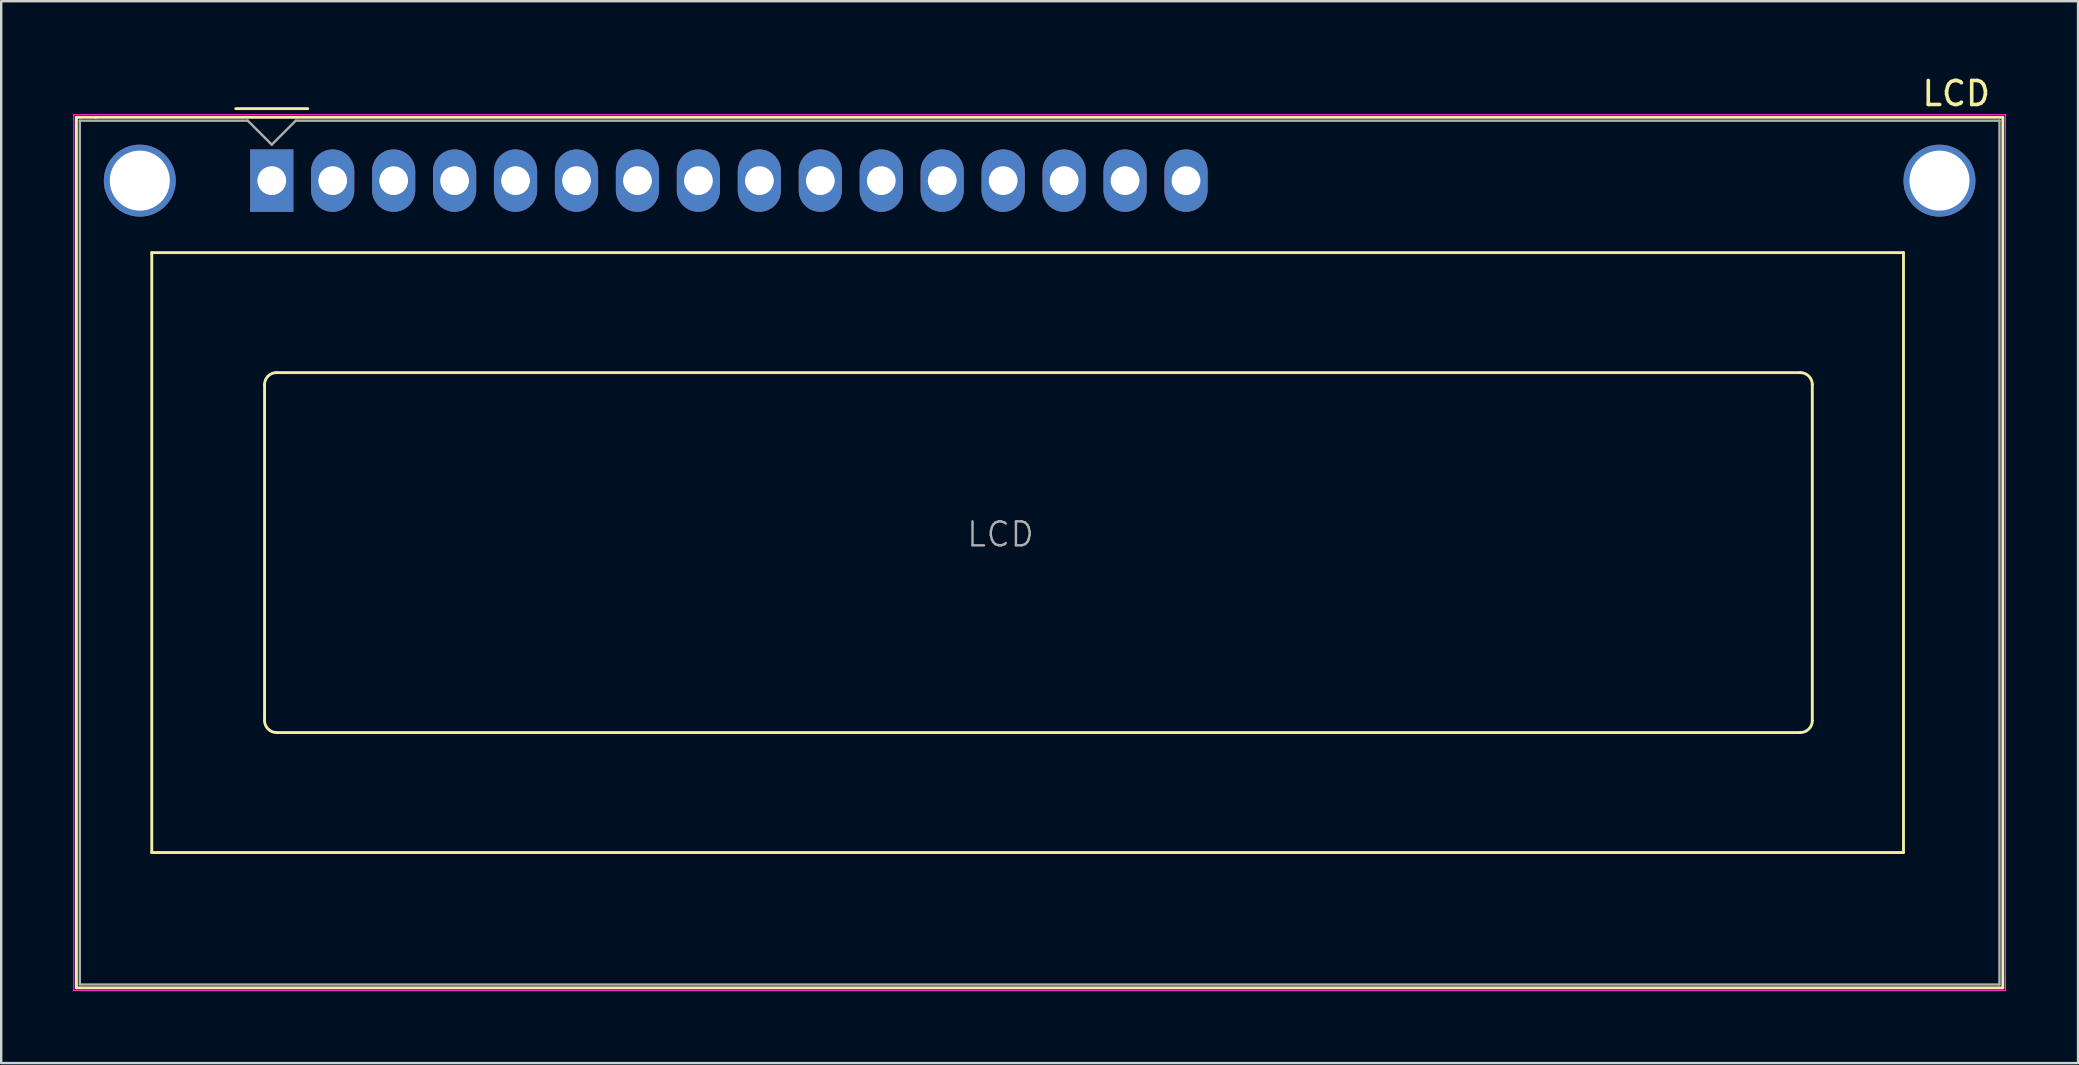
<source format=kicad_pcb>
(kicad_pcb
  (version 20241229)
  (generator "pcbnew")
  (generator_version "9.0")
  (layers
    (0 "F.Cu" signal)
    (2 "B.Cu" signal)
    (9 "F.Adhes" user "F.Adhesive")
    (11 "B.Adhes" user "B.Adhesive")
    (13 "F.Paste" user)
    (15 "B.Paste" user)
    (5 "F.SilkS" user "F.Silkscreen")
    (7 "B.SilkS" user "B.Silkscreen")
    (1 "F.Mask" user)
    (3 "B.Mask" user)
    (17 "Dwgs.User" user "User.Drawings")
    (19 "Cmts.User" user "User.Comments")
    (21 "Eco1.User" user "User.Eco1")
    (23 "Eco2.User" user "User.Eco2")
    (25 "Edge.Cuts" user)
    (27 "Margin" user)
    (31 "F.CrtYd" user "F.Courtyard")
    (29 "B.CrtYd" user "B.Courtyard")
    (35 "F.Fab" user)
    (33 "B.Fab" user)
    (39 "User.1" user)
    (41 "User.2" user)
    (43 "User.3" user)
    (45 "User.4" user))
  (footprint "LCD"
    (layer "F.Cu")
    (at 8.275 4.478)
    (property "Reference" "LCD" (at 70.2 -3.63 180) (layer "F.SilkS") (effects (font (size 1 1) (thickness 0.15))))
    (attr through_hole)
    (fp_line (start -8.14 -2.64) (end -8.14 33.64) (stroke (width 0.12) (type solid)) (layer "F.SilkS"))
    (fp_line (start -8.14 33.64) (end 72.14 33.64) (stroke (width 0.12) (type solid)) (layer "F.SilkS"))
    (fp_line (start -8.13 -2.64) (end -7.34 -2.64) (stroke (width 0.12) (type solid)) (layer "F.SilkS"))
    (fp_line (start -5 3) (end 68 3) (stroke (width 0.12) (type solid)) (layer "F.SilkS"))
    (fp_line (start -5 28) (end -5 3) (stroke (width 0.12) (type solid)) (layer "F.SilkS"))
    (fp_line (start -1.5 -3) (end 1.5 -3) (stroke (width 0.12) (type solid)) (layer "F.SilkS"))
    (fp_line (start -0.3 22.499) (end -0.3 8.5) (stroke (width 0.12) (type solid)) (layer "F.SilkS"))
    (fp_line (start 0.2 8) (end 63.7 8) (stroke (width 0.12) (type solid)) (layer "F.SilkS"))
    (fp_line (start 63.701 23) (end 0.2 23) (stroke (width 0.12) (type solid)) (layer "F.SilkS"))
    (fp_line (start 64.2 8.5) (end 64.2 22.5) (stroke (width 0.12) (type solid)) (layer "F.SilkS"))
    (fp_line (start 68 3) (end 68 28) (stroke (width 0.12) (type solid)) (layer "F.SilkS"))
    (fp_line (start 68 28) (end -5 28) (stroke (width 0.12) (type solid)) (layer "F.SilkS"))
    (fp_line (start 72.14 -2.64) (end -7.34 -2.64) (stroke (width 0.12) (type solid)) (layer "F.SilkS"))
    (fp_line (start 72.14 33.64) (end 72.14 -2.64) (stroke (width 0.12) (type solid)) (layer "F.SilkS"))
    (fp_arc (start -0.29972 8.49884) (mid -0.153162 8.145018) (end 0.20066 7.99846) (stroke (width 0.12) (type solid)) (layer "F.SilkS"))
    (fp_arc (start 0.20066 22.9997) (mid -0.153162 22.853142) (end -0.29972 22.49932) (stroke (width 0.12) (type solid)) (layer "F.SilkS"))
    (fp_arc (start 63.7 8) (mid 64.053553 8.146447) (end 64.2 8.5) (stroke (width 0.12) (type solid)) (layer "F.SilkS"))
    (fp_arc (start 64.20104 22.49932) (mid 64.054482 22.853142) (end 63.70066 22.9997) (stroke (width 0.12) (type solid)) (layer "F.SilkS"))
    (fp_line (start -8.25 -2.75) (end -8.25 33.75) (stroke (width 0.05) (type solid)) (layer "F.CrtYd"))
    (fp_line (start -8.25 -2.75) (end 72.25 -2.75) (stroke (width 0.05) (type solid)) (layer "F.CrtYd"))
    (fp_line (start -8.25 33.75) (end 72.25 33.75) (stroke (width 0.05) (type solid)) (layer "F.CrtYd"))
    (fp_line (start 72.25 -2.75) (end 72.25 33.75) (stroke (width 0.05) (type solid)) (layer "F.CrtYd"))
    (fp_line (start -8 33.5) (end -8 -2.5) (stroke (width 0.1) (type solid)) (layer "F.Fab"))
    (fp_line (start -1 -2.5) (end -8 -2.5) (stroke (width 0.1) (type solid)) (layer "F.Fab"))
    (fp_line (start 0 -1.5) (end -1 -2.5) (stroke (width 0.1) (type solid)) (layer "F.Fab"))
    (fp_line (start 1 -2.5) (end 0 -1.5) (stroke (width 0.1) (type solid)) (layer "F.Fab"))
    (fp_line (start 1 -2.5) (end 72 -2.5) (stroke (width 0.1) (type solid)) (layer "F.Fab"))
    (fp_line (start 72 -2.5) (end 72 33.5) (stroke (width 0.1) (type solid)) (layer "F.Fab"))
    (fp_line (start 72 33.5) (end -8 33.5) (stroke (width 0.1) (type solid)) (layer "F.Fab"))
    (fp_text user "${REFERENCE}" (at 30.37 14.74 180) (layer "F.Fab") (effects (font (size 1 1) (thickness 0.1))))
    (pad "" thru_hole circle (at -5.499 0) (size 3 3) (drill 2.5) (layers "*.Cu" "*.Mask"))
    (pad "" thru_hole circle (at 69.5 0) (size 3 3) (drill 2.5) (layers "*.Cu" "*.Mask"))
    (pad "1" thru_hole rect (at 0 0) (size 1.8 2.6) (drill 1.2) (layers "*.Cu" "*.Mask"))
    (pad "2" thru_hole oval (at 2.54 0) (size 1.8 2.6) (drill 1.2) (layers "*.Cu" "*.Mask"))
    (pad "3" thru_hole oval (at 5.08 0) (size 1.8 2.6) (drill 1.2) (layers "*.Cu" "*.Mask"))
    (pad "4" thru_hole oval (at 7.62 0) (size 1.8 2.6) (drill 1.2) (layers "*.Cu" "*.Mask"))
    (pad "5" thru_hole oval (at 10.16 0) (size 1.8 2.6) (drill 1.2) (layers "*.Cu" "*.Mask"))
    (pad "6" thru_hole oval (at 12.7 0) (size 1.8 2.6) (drill 1.2) (layers "*.Cu" "*.Mask"))
    (pad "7" thru_hole oval (at 15.24 0) (size 1.8 2.6) (drill 1.2) (layers "*.Cu" "*.Mask"))
    (pad "8" thru_hole oval (at 17.78 0) (size 1.8 2.6) (drill 1.2) (layers "*.Cu" "*.Mask"))
    (pad "9" thru_hole oval (at 20.32 0) (size 1.8 2.6) (drill 1.2) (layers "*.Cu" "*.Mask"))
    (pad "10" thru_hole oval (at 22.86 0) (size 1.8 2.6) (drill 1.2) (layers "*.Cu" "*.Mask"))
    (pad "11" thru_hole oval (at 25.4 0) (size 1.8 2.6) (drill 1.2) (layers "*.Cu" "*.Mask"))
    (pad "12" thru_hole oval (at 27.94 0) (size 1.8 2.6) (drill 1.2) (layers "*.Cu" "*.Mask"))
    (pad "13" thru_hole oval (at 30.48 0) (size 1.8 2.6) (drill 1.2) (layers "*.Cu" "*.Mask"))
    (pad "14" thru_hole oval (at 33.02 0) (size 1.8 2.6) (drill 1.2) (layers "*.Cu" "*.Mask"))
    (pad "15" thru_hole oval (at 35.56 0) (size 1.8 2.6) (drill 1.2) (layers "*.Cu" "*.Mask"))
    (pad "16" thru_hole oval (at 38.1 0) (size 1.8 2.6) (drill 1.2) (layers "*.Cu" "*.Mask")))
  (gr_rect
    (start -3 -3)
    (end 83.55 41.253)
    (stroke (width 0.1) (type default))
    (fill no)
    (layer "Edge.Cuts")))
</source>
